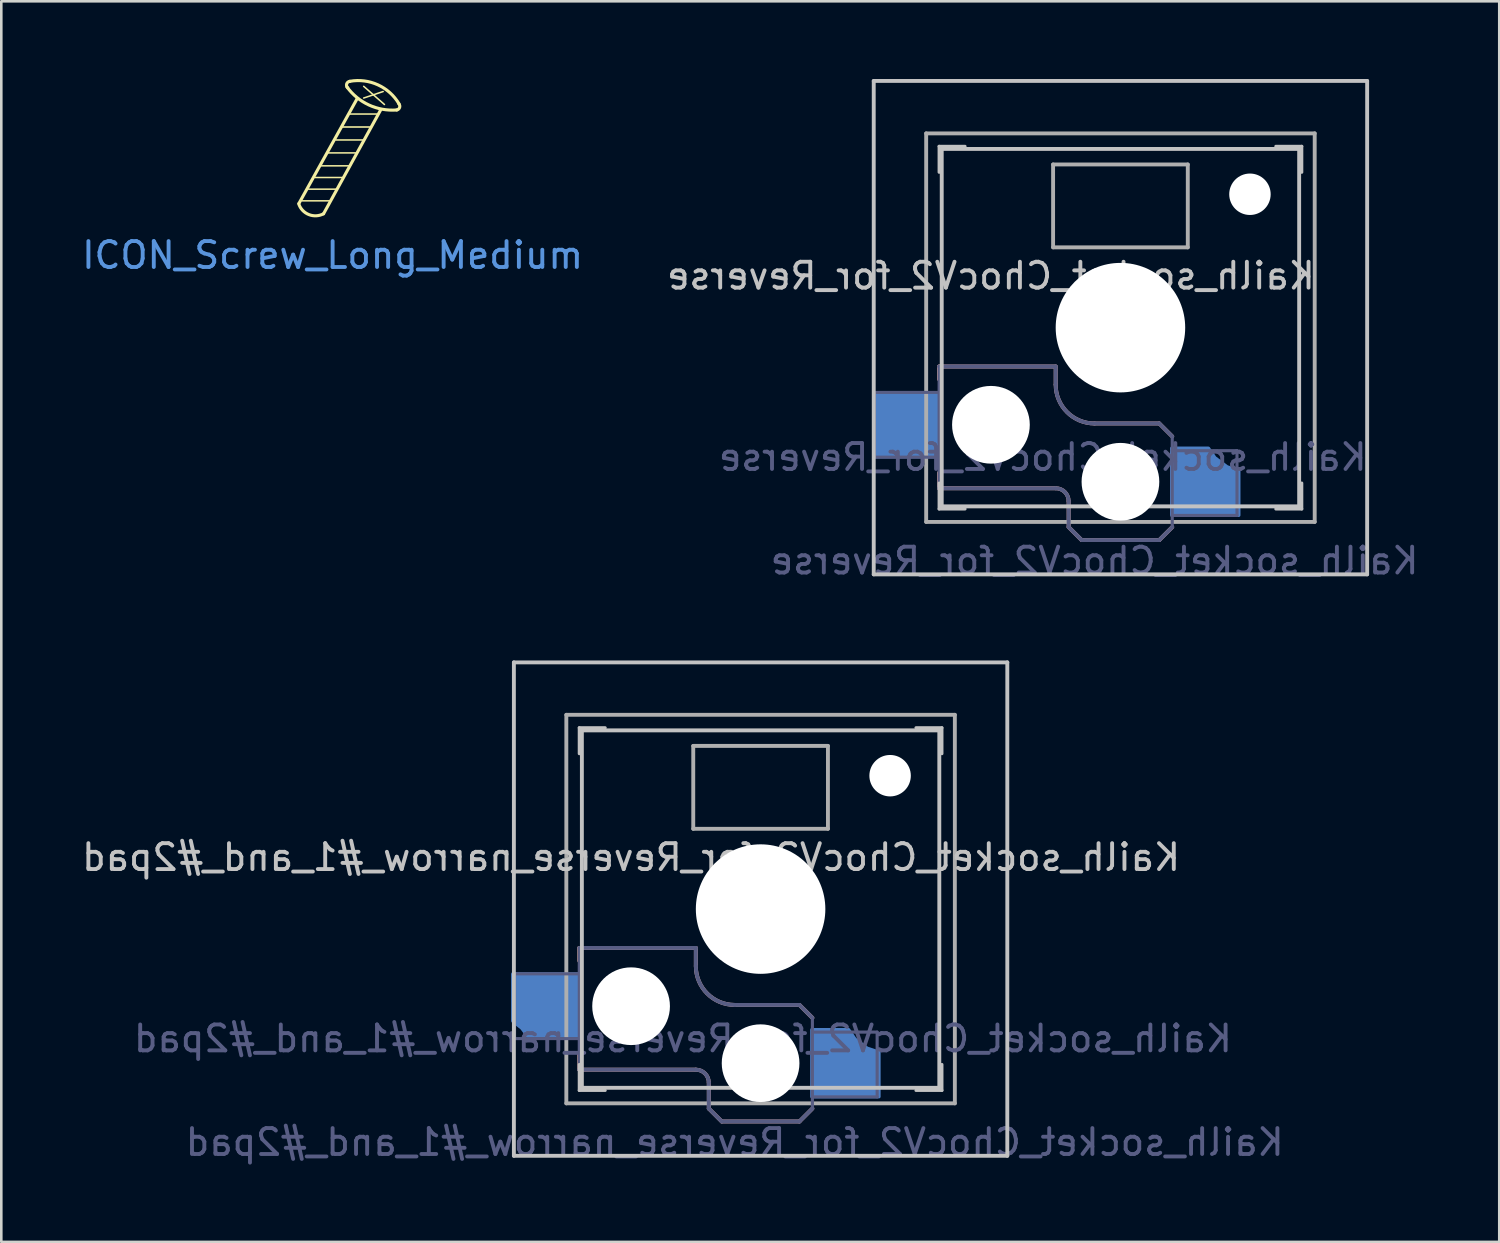
<source format=kicad_pcb>
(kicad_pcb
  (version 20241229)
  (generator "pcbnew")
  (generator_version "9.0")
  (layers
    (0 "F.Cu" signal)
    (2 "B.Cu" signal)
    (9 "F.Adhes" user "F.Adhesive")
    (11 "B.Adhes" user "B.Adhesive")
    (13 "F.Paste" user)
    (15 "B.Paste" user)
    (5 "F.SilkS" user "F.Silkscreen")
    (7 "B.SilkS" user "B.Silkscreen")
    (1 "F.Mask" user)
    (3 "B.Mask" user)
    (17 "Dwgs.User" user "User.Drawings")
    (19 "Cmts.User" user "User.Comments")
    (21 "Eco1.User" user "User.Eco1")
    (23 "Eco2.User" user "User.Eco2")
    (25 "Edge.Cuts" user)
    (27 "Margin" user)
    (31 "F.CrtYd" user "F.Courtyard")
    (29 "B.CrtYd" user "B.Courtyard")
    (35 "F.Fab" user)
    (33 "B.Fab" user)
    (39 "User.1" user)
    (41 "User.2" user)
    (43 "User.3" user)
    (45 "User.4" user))
  (footprint "Kailh_socket_ChocV2_for_Reverse_narrow_#1_and_#2pad"
    (layer "F.Cu")
    (at 26.315 32.048)
    (property "Reference" "Kailh_socket_ChocV2_for_Reverse_narrow_#1_and_#2pad" (at -5 -2 0) (layer "Dwgs.User") (effects (font (size 1 1) (thickness 0.15)) (justify mirror)))
    (property "Value" "Kailh_socket_ChocV2_for_Reverse_narrow_#1_and_#2pad" (at 0 8.255 0) (layer "F.Fab") (hide yes) (effects (font (size 1 1) (thickness 0.15))))
    (attr smd)
    (fp_line (start -7 1.5) (end -7 2) (stroke (width 0.15) (type solid)) (layer "B.SilkS"))
    (fp_line (start -7 5.6) (end -7 6.2) (stroke (width 0.15) (type solid)) (layer "B.SilkS"))
    (fp_line (start -7 6.2) (end -2.5 6.2) (stroke (width 0.15) (type solid)) (layer "B.SilkS"))
    (fp_line (start -2.5 1.5) (end -7 1.5) (stroke (width 0.15) (type solid)) (layer "B.SilkS"))
    (fp_line (start -2.5 2.2) (end -2.5 1.5) (stroke (width 0.15) (type solid)) (layer "B.SilkS"))
    (fp_line (start -2 6.7) (end -2 7.7) (stroke (width 0.15) (type solid)) (layer "B.SilkS"))
    (fp_line (start -1.5 8.2) (end -2 7.7) (stroke (width 0.15) (type solid)) (layer "B.SilkS"))
    (fp_line (start 1.5 3.7) (end -1 3.7) (stroke (width 0.15) (type solid)) (layer "B.SilkS"))
    (fp_line (start 1.5 8.2) (end -1.5 8.2) (stroke (width 0.15) (type solid)) (layer "B.SilkS"))
    (fp_line (start 2 4.2) (end 1.5 3.7) (stroke (width 0.15) (type solid)) (layer "B.SilkS"))
    (fp_line (start 2 7.7) (end 1.5 8.2) (stroke (width 0.15) (type solid)) (layer "B.SilkS"))
    (fp_arc (start -2.5 6.2) (mid -2.146447 6.346447) (end -2 6.7) (stroke (width 0.15) (type solid)) (layer "B.SilkS"))
    (fp_arc (start -1 3.7) (mid -2.06066 3.26066) (end -2.5 2.2) (stroke (width 0.15) (type solid)) (layer "B.SilkS"))
    (fp_line (start -9.525 -9.525) (end 9.525 -9.525) (stroke (width 0.15) (type solid)) (layer "Dwgs.User"))
    (fp_line (start -9.525 9.525) (end -9.525 -9.525) (stroke (width 0.15) (type solid)) (layer "Dwgs.User"))
    (fp_line (start -7 -7) (end -7 -6) (stroke (width 0.12) (type solid)) (layer "Dwgs.User"))
    (fp_line (start -7 -7) (end -6 -7) (stroke (width 0.12) (type solid)) (layer "Dwgs.User"))
    (fp_line (start -7 7) (end -7 6) (stroke (width 0.12) (type solid)) (layer "Dwgs.User"))
    (fp_line (start -7 7) (end -6 7) (stroke (width 0.12) (type solid)) (layer "Dwgs.User"))
    (fp_line (start -6.9 6.9) (end -6.9 -6.9) (stroke (width 0.15) (type solid)) (layer "Dwgs.User"))
    (fp_line (start -6.9 6.9) (end 6.9 6.9) (stroke (width 0.15) (type solid)) (layer "Dwgs.User"))
    (fp_line (start 6.9 -6.9) (end -6.9 -6.9) (stroke (width 0.15) (type solid)) (layer "Dwgs.User"))
    (fp_line (start 6.9 -6.9) (end 6.9 6.9) (stroke (width 0.15) (type solid)) (layer "Dwgs.User"))
    (fp_line (start 7 -7) (end 6 -7) (stroke (width 0.12) (type solid)) (layer "Dwgs.User"))
    (fp_line (start 7 -7) (end 7 -6) (stroke (width 0.12) (type solid)) (layer "Dwgs.User"))
    (fp_line (start 7 7) (end 6 7) (stroke (width 0.12) (type solid)) (layer "Dwgs.User"))
    (fp_line (start 7 7) (end 7 6) (stroke (width 0.12) (type solid)) (layer "Dwgs.User"))
    (fp_line (start 9.525 -9.525) (end 9.525 9.525) (stroke (width 0.15) (type solid)) (layer "Dwgs.User"))
    (fp_line (start 9.525 9.525) (end -9.525 9.525) (stroke (width 0.15) (type solid)) (layer "Dwgs.User"))
    (fp_line (start -9.5 2.5) (end -7 2.5) (stroke (width 0.12) (type solid)) (layer "B.Fab"))
    (fp_line (start -9.5 5) (end -9.5 2.5) (stroke (width 0.12) (type solid)) (layer "B.Fab"))
    (fp_line (start -7 1.5) (end -7 6.2) (stroke (width 0.12) (type solid)) (layer "B.Fab"))
    (fp_line (start -7 5) (end -9.5 5) (stroke (width 0.12) (type solid)) (layer "B.Fab"))
    (fp_line (start -7 6.2) (end -2.5 6.2) (stroke (width 0.15) (type solid)) (layer "B.Fab"))
    (fp_line (start -2.5 1.5) (end -7 1.5) (stroke (width 0.15) (type solid)) (layer "B.Fab"))
    (fp_line (start -2.5 2.2) (end -2.5 1.5) (stroke (width 0.15) (type solid)) (layer "B.Fab"))
    (fp_line (start -2 6.7) (end -2 7.7) (stroke (width 0.15) (type solid)) (layer "B.Fab"))
    (fp_line (start -1.5 8.2) (end -2 7.7) (stroke (width 0.15) (type solid)) (layer "B.Fab"))
    (fp_line (start 1.5 3.7) (end -1 3.7) (stroke (width 0.15) (type solid)) (layer "B.Fab"))
    (fp_line (start 1.5 8.2) (end -1.5 8.2) (stroke (width 0.15) (type solid)) (layer "B.Fab"))
    (fp_line (start 2 4.2) (end 1.5 3.7) (stroke (width 0.15) (type solid)) (layer "B.Fab"))
    (fp_line (start 2 4.25) (end 2 7.7) (stroke (width 0.12) (type solid)) (layer "B.Fab"))
    (fp_line (start 2 4.75) (end 4.5 4.75) (stroke (width 0.12) (type solid)) (layer "B.Fab"))
    (fp_line (start 2 7.7) (end 1.5 8.2) (stroke (width 0.15) (type solid)) (layer "B.Fab"))
    (fp_line (start 4.5 4.75) (end 4.5 7.25) (stroke (width 0.12) (type solid)) (layer "B.Fab"))
    (fp_line (start 4.5 7.25) (end 2 7.25) (stroke (width 0.12) (type solid)) (layer "B.Fab"))
    (fp_arc (start -2.5 6.2) (mid -2.146447 6.346447) (end -2 6.7) (stroke (width 0.15) (type solid)) (layer "B.Fab"))
    (fp_arc (start -1 3.7) (mid -2.06066 3.26066) (end -2.5 2.2) (stroke (width 0.15) (type solid)) (layer "B.Fab"))
    (fp_line (start -7.5 -7.5) (end 7.5 -7.5) (stroke (width 0.15) (type solid)) (layer "F.Fab"))
    (fp_line (start -7.5 7.5) (end -7.5 -7.5) (stroke (width 0.15) (type solid)) (layer "F.Fab"))
    (fp_line (start -2.6 -3.1) (end -2.6 -6.3) (stroke (width 0.15) (type solid)) (layer "F.Fab"))
    (fp_line (start -2.6 -3.1) (end 2.6 -3.1) (stroke (width 0.15) (type solid)) (layer "F.Fab"))
    (fp_line (start 2.6 -6.3) (end -2.6 -6.3) (stroke (width 0.15) (type solid)) (layer "F.Fab"))
    (fp_line (start 2.6 -3.1) (end 2.6 -6.3) (stroke (width 0.15) (type solid)) (layer "F.Fab"))
    (fp_line (start 7.5 -7.5) (end 7.5 7.5) (stroke (width 0.15) (type solid)) (layer "F.Fab"))
    (fp_line (start 7.5 7.5) (end -7.5 7.5) (stroke (width 0.15) (type solid)) (layer "F.Fab"))
    (fp_text user "${REFERENCE}" (at -3 5 0) (layer "B.Fab") (effects (font (size 1 1) (thickness 0.15)) (justify mirror)))
    (fp_text user "${VALUE}" (at -1 9 0) (layer "B.Fab") (effects (font (size 1 1) (thickness 0.15)) (justify mirror)))
    (pad "" np_thru_hole circle (at -5 3.75) (size 3 3) (drill 3) (layers "*.Cu" "*.Mask"))
    (pad "" np_thru_hole circle (at 0 0) (size 5 5) (drill 5) (layers "*.Cu" "*.Mask"))
    (pad "" np_thru_hole circle (at 0 5.95) (size 3 3) (drill 3) (layers "*.Cu" "*.Mask"))
    (pad "" np_thru_hole circle (at 5 -5.15) (size 1.6 1.6) (drill 1.6) (layers "*.Cu" "*.Mask"))
    (pad "1" smd custom (at 2.812 6.3) (size 1.675 1.9) (layers "B.Cu" "B.Mask" "B.Paste") (options (anchor rect)) (primitives (gr_poly (pts (xy -0.838 -1.65) (xy -0.838 0.95) (xy 1.762 0.95) (xy 1.762 -0.78) (xy 1.308 -0.93) (xy 0.838 -1.28) (xy 0.588 -1.65)) (width 0.12) (fill yes))))
    (pad "2" smd custom (at -7.975 3.4) (size 2 1.9) (layers "B.Cu" "B.Mask" "B.Paste") (options (anchor rect)) (primitives (gr_line (start -1.6 0.625) (end -1 0.95) (width 0.12)) (gr_poly (pts (xy 1 -0.9) (xy -1.6 -0.9) (xy -1.6 0.925) (xy -1.25 1.2) (xy -1.025 1.5) (xy 1 1.5)) (width 0.12) (fill yes)))))
  (footprint "ICON_Screw_Long_Medium"
    (layer "F.Cu")
    (at 9.792 6.303)
    (property "Reference" "ICON_Screw_Long_Medium" (at 0 0.5 0) (layer "Cmts.User") (effects (font (size 1 1) (thickness 0.15))))
    (attr through_hole)
    (fp_line (start -1.175 -1.6) (end -0.125 -1.6) (stroke (width 0.06) (type solid)) (layer "F.SilkS"))
    (fp_line (start -0.925 -2.05) (end 0.125 -2.05) (stroke (width 0.06) (type solid)) (layer "F.SilkS"))
    (fp_line (start -0.675 -2.5) (end 0.375 -2.5) (stroke (width 0.06) (type solid)) (layer "F.SilkS"))
    (fp_line (start -0.425 -2.95) (end 0.625 -2.95) (stroke (width 0.06) (type solid)) (layer "F.SilkS"))
    (fp_line (start -0.175 -3.45) (end 0.875 -3.45) (stroke (width 0.06) (type solid)) (layer "F.SilkS"))
    (fp_line (start 0.125 -3.95) (end 1.175 -3.95) (stroke (width 0.06) (type solid)) (layer "F.SilkS"))
    (fp_line (start 0.375 -4.45) (end 1.425 -4.45) (stroke (width 0.06) (type solid)) (layer "F.SilkS"))
    (fp_line (start 0.675 -4.95) (end 1.725 -4.95) (stroke (width 0.06) (type solid)) (layer "F.SilkS"))
    (fp_line (start 0.95 -5.55) (end -1.3 -1.5) (stroke (width 0.12) (type solid)) (layer "F.SilkS"))
    (fp_line (start 1.2 -6.019) (end 2 -5.319) (stroke (width 0.06) (type solid)) (layer "F.SilkS"))
    (fp_line (start 1.85 -5.1) (end -0.35 -1.1) (stroke (width 0.12) (type solid)) (layer "F.SilkS"))
    (fp_line (start 1.95 -5.819) (end 1.2 -5.569) (stroke (width 0.06) (type solid)) (layer "F.SilkS"))
    (fp_arc (start -0.35 -1.1) (mid -0.918136 -1.068963) (end -1.308578 -1.482842) (stroke (width 0.12) (type solid)) (layer "F.SilkS"))
    (fp_arc (start 0.582958 -5.961016) (mid 0.542326 -6.113992) (end 0.665318 -6.21362) (stroke (width 0.12) (type default)) (layer "F.SilkS"))
    (fp_arc (start 0.665318 -6.21362) (mid 1.74926 -6.077071) (end 2.5615 -5.346425) (stroke (width 0.12) (type solid)) (layer "F.SilkS"))
    (fp_arc (start 2.475824 -5.107131) (mid 1.4 -5.3) (end 0.555319 -5.993622) (stroke (width 0.12) (type solid)) (layer "F.SilkS"))
    (fp_arc (start 2.557784 -5.343159) (mid 2.585568 -5.201267) (end 2.475824 -5.107132) (stroke (width 0.12) (type default)) (layer "F.SilkS")))
  (footprint "Kailh_socket_ChocV2_for_Reverse"
    (layer "F.Cu")
    (at 40.208 9.6)
    (property "Reference" "Kailh_socket_ChocV2_for_Reverse" (at -5 -2 0) (layer "Dwgs.User") (effects (font (size 1 1) (thickness 0.15)) (justify mirror)))
    (property "Value" "Kailh_socket_ChocV2_for_Reverse" (at 0 8.255 0) (layer "F.Fab") (hide yes) (effects (font (size 1 1) (thickness 0.15))))
    (attr smd)
    (fp_line (start -7 1.5) (end -7 2) (stroke (width 0.15) (type solid)) (layer "B.SilkS"))
    (fp_line (start -7 5.6) (end -7 6.2) (stroke (width 0.15) (type solid)) (layer "B.SilkS"))
    (fp_line (start -7 6.2) (end -2.5 6.2) (stroke (width 0.15) (type solid)) (layer "B.SilkS"))
    (fp_line (start -2.5 1.5) (end -7 1.5) (stroke (width 0.15) (type solid)) (layer "B.SilkS"))
    (fp_line (start -2.5 2.2) (end -2.5 1.5) (stroke (width 0.15) (type solid)) (layer "B.SilkS"))
    (fp_line (start -2 6.7) (end -2 7.7) (stroke (width 0.15) (type solid)) (layer "B.SilkS"))
    (fp_line (start -1.5 8.2) (end -2 7.7) (stroke (width 0.15) (type solid)) (layer "B.SilkS"))
    (fp_line (start 1.5 3.7) (end -1 3.7) (stroke (width 0.15) (type solid)) (layer "B.SilkS"))
    (fp_line (start 1.5 8.2) (end -1.5 8.2) (stroke (width 0.15) (type solid)) (layer "B.SilkS"))
    (fp_line (start 2 4.2) (end 1.5 3.7) (stroke (width 0.15) (type solid)) (layer "B.SilkS"))
    (fp_line (start 2 7.7) (end 1.5 8.2) (stroke (width 0.15) (type solid)) (layer "B.SilkS"))
    (fp_arc (start -2.5 6.2) (mid -2.146447 6.346447) (end -2 6.7) (stroke (width 0.15) (type solid)) (layer "B.SilkS"))
    (fp_arc (start -1 3.7) (mid -2.06066 3.26066) (end -2.5 2.2) (stroke (width 0.15) (type solid)) (layer "B.SilkS"))
    (fp_line (start -9.525 -9.525) (end 9.525 -9.525) (stroke (width 0.15) (type solid)) (layer "Dwgs.User"))
    (fp_line (start -9.525 9.525) (end -9.525 -9.525) (stroke (width 0.15) (type solid)) (layer "Dwgs.User"))
    (fp_line (start -7 -7) (end -7 -6) (stroke (width 0.12) (type solid)) (layer "Dwgs.User"))
    (fp_line (start -7 -7) (end -6 -7) (stroke (width 0.12) (type solid)) (layer "Dwgs.User"))
    (fp_line (start -7 7) (end -7 6) (stroke (width 0.12) (type solid)) (layer "Dwgs.User"))
    (fp_line (start -7 7) (end -6 7) (stroke (width 0.12) (type solid)) (layer "Dwgs.User"))
    (fp_line (start -6.9 6.9) (end -6.9 -6.9) (stroke (width 0.15) (type solid)) (layer "Dwgs.User"))
    (fp_line (start -6.9 6.9) (end 6.9 6.9) (stroke (width 0.15) (type solid)) (layer "Dwgs.User"))
    (fp_line (start 6.9 -6.9) (end -6.9 -6.9) (stroke (width 0.15) (type solid)) (layer "Dwgs.User"))
    (fp_line (start 6.9 -6.9) (end 6.9 6.9) (stroke (width 0.15) (type solid)) (layer "Dwgs.User"))
    (fp_line (start 7 -7) (end 6 -7) (stroke (width 0.12) (type solid)) (layer "Dwgs.User"))
    (fp_line (start 7 -7) (end 7 -6) (stroke (width 0.12) (type solid)) (layer "Dwgs.User"))
    (fp_line (start 7 7) (end 6 7) (stroke (width 0.12) (type solid)) (layer "Dwgs.User"))
    (fp_line (start 7 7) (end 7 6) (stroke (width 0.12) (type solid)) (layer "Dwgs.User"))
    (fp_line (start 9.525 -9.525) (end 9.525 9.525) (stroke (width 0.15) (type solid)) (layer "Dwgs.User"))
    (fp_line (start 9.525 9.525) (end -9.525 9.525) (stroke (width 0.15) (type solid)) (layer "Dwgs.User"))
    (fp_line (start -9.5 2.5) (end -7 2.5) (stroke (width 0.12) (type solid)) (layer "B.Fab"))
    (fp_line (start -9.5 5) (end -9.5 2.5) (stroke (width 0.12) (type solid)) (layer "B.Fab"))
    (fp_line (start -7 1.5) (end -7 6.2) (stroke (width 0.12) (type solid)) (layer "B.Fab"))
    (fp_line (start -7 5) (end -9.5 5) (stroke (width 0.12) (type solid)) (layer "B.Fab"))
    (fp_line (start -7 6.2) (end -2.5 6.2) (stroke (width 0.15) (type solid)) (layer "B.Fab"))
    (fp_line (start -2.5 1.5) (end -7 1.5) (stroke (width 0.15) (type solid)) (layer "B.Fab"))
    (fp_line (start -2.5 2.2) (end -2.5 1.5) (stroke (width 0.15) (type solid)) (layer "B.Fab"))
    (fp_line (start -2 6.7) (end -2 7.7) (stroke (width 0.15) (type solid)) (layer "B.Fab"))
    (fp_line (start -1.5 8.2) (end -2 7.7) (stroke (width 0.15) (type solid)) (layer "B.Fab"))
    (fp_line (start 1.5 3.7) (end -1 3.7) (stroke (width 0.15) (type solid)) (layer "B.Fab"))
    (fp_line (start 1.5 8.2) (end -1.5 8.2) (stroke (width 0.15) (type solid)) (layer "B.Fab"))
    (fp_line (start 2 4.2) (end 1.5 3.7) (stroke (width 0.15) (type solid)) (layer "B.Fab"))
    (fp_line (start 2 4.25) (end 2 7.7) (stroke (width 0.12) (type solid)) (layer "B.Fab"))
    (fp_line (start 2 4.75) (end 4.5 4.75) (stroke (width 0.12) (type solid)) (layer "B.Fab"))
    (fp_line (start 2 7.7) (end 1.5 8.2) (stroke (width 0.15) (type solid)) (layer "B.Fab"))
    (fp_line (start 4.5 4.75) (end 4.5 7.25) (stroke (width 0.12) (type solid)) (layer "B.Fab"))
    (fp_line (start 4.5 7.25) (end 2 7.25) (stroke (width 0.12) (type solid)) (layer "B.Fab"))
    (fp_arc (start -2.5 6.2) (mid -2.146447 6.346447) (end -2 6.7) (stroke (width 0.15) (type solid)) (layer "B.Fab"))
    (fp_arc (start -1 3.7) (mid -2.06066 3.26066) (end -2.5 2.2) (stroke (width 0.15) (type solid)) (layer "B.Fab"))
    (fp_line (start -7.5 -7.5) (end 7.5 -7.5) (stroke (width 0.15) (type solid)) (layer "F.Fab"))
    (fp_line (start -7.5 7.5) (end -7.5 -7.5) (stroke (width 0.15) (type solid)) (layer "F.Fab"))
    (fp_line (start -2.6 -3.1) (end -2.6 -6.3) (stroke (width 0.15) (type solid)) (layer "F.Fab"))
    (fp_line (start -2.6 -3.1) (end 2.6 -3.1) (stroke (width 0.15) (type solid)) (layer "F.Fab"))
    (fp_line (start 2.6 -6.3) (end -2.6 -6.3) (stroke (width 0.15) (type solid)) (layer "F.Fab"))
    (fp_line (start 2.6 -3.1) (end 2.6 -6.3) (stroke (width 0.15) (type solid)) (layer "F.Fab"))
    (fp_line (start 7.5 -7.5) (end 7.5 7.5) (stroke (width 0.15) (type solid)) (layer "F.Fab"))
    (fp_line (start 7.5 7.5) (end -7.5 7.5) (stroke (width 0.15) (type solid)) (layer "F.Fab"))
    (fp_text user "${REFERENCE}" (at -3 5 0) (layer "B.Fab") (effects (font (size 1 1) (thickness 0.15)) (justify mirror)))
    (fp_text user "${VALUE}" (at -1 9 0) (layer "B.Fab") (effects (font (size 1 1) (thickness 0.15)) (justify mirror)))
    (pad "" np_thru_hole circle (at -5 3.75) (size 3 3) (drill 3) (layers "*.Cu" "*.Mask"))
    (pad "" np_thru_hole circle (at 0 0) (size 5 5) (drill 5) (layers "*.Cu" "*.Mask"))
    (pad "" np_thru_hole circle (at 0 5.95) (size 3 3) (drill 3) (layers "*.Cu" "*.Mask"))
    (pad "" np_thru_hole circle (at 5 -5.15) (size 1.6 1.6) (drill 1.6) (layers "*.Cu" "*.Mask"))
    (pad "1" smd custom (at 2.812 6.3) (size 1.675 1.9) (layers "B.Cu" "B.Mask" "B.Paste") (options (anchor rect)) (primitives (gr_poly (pts (xy -0.838 -1.65) (xy -0.838 0.95) (xy 1.762 0.95) (xy 1.762 -0.78) (xy 1.308 -0.93) (xy 0.838 -1.28) (xy 0.588 -1.65)) (width 0.12) (fill yes))))
    (pad "2" smd rect (at -8.275 3.75) (size 2.6 2.6) (layers "B.Cu" "B.Mask" "B.Paste")))
  (gr_rect
    (start -3 -3)
    (end 54.833 44.897)
    (stroke (width 0.1) (type default))
    (fill no)
    (layer "Edge.Cuts")))
</source>
